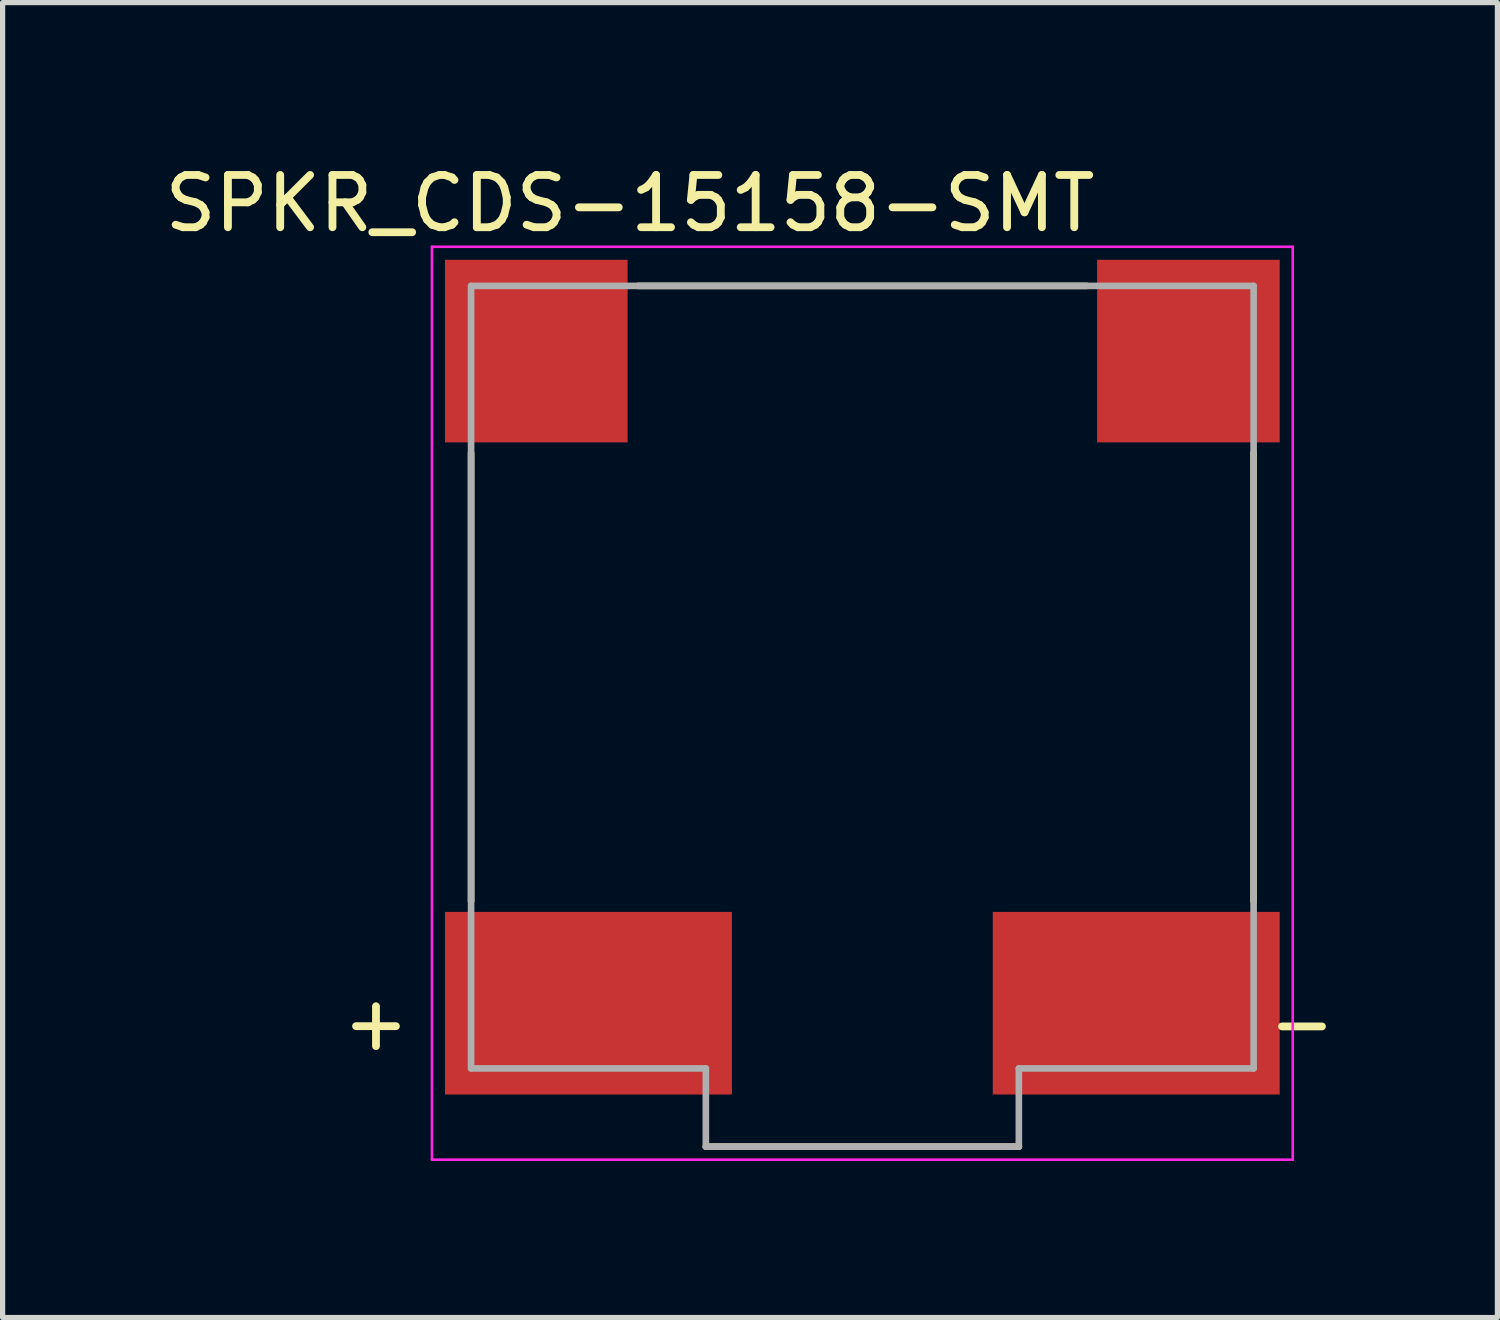
<source format=kicad_pcb>
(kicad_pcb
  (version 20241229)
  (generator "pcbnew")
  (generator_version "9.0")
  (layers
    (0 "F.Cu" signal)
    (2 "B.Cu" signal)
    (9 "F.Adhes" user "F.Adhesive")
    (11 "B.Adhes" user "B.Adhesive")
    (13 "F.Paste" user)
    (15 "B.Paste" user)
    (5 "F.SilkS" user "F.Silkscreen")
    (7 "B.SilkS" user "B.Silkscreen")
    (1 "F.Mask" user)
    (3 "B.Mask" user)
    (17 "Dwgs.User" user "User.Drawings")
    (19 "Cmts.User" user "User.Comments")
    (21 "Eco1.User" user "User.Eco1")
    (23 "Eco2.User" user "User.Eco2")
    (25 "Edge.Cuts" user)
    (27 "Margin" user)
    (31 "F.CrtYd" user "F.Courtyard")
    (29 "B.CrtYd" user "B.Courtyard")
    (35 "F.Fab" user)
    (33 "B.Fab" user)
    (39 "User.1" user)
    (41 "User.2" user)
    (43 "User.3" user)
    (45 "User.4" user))
  (footprint "SPKR_CDS-15158-SMT"
    (layer "F.Cu")
    (at 13.48 9.93)
    (property "Reference" "SPKR_CDS-15158-SMT" (at -4.455 -9.08 0) (layer "F.SilkS") (effects (font (size 1.002 1.002) (thickness 0.15))))
    (attr smd)
    (fp_line (start -7.5 4.3) (end -7.5 -4.3) (stroke (width 0.127) (type solid)) (layer "F.SilkS"))
    (fp_line (start -4.3 -7.5) (end 4.3 -7.5) (stroke (width 0.127) (type solid)) (layer "F.SilkS"))
    (fp_line (start 3 9) (end -3 9) (stroke (width 0.127) (type solid)) (layer "F.SilkS"))
    (fp_line (start 7.5 -4.3) (end 7.5 4.3) (stroke (width 0.127) (type solid)) (layer "F.SilkS"))
    (fp_line (start -8.25 -8.25) (end 8.25 -8.25) (stroke (width 0.05) (type solid)) (layer "F.CrtYd"))
    (fp_line (start -8.25 9.25) (end -8.25 -8.25) (stroke (width 0.05) (type solid)) (layer "F.CrtYd"))
    (fp_line (start 8.25 -8.25) (end 8.25 9.25) (stroke (width 0.05) (type solid)) (layer "F.CrtYd"))
    (fp_line (start 8.25 9.25) (end -8.25 9.25) (stroke (width 0.05) (type solid)) (layer "F.CrtYd"))
    (fp_line (start -7.5 -7.5) (end 7.5 -7.5) (stroke (width 0.127) (type solid)) (layer "F.Fab"))
    (fp_line (start -7.5 7.5) (end -7.5 -7.5) (stroke (width 0.127) (type solid)) (layer "F.Fab"))
    (fp_line (start -7.5 7.5) (end -3 7.5) (stroke (width 0.127) (type solid)) (layer "F.Fab"))
    (fp_line (start -3 7.5) (end -3 9) (stroke (width 0.127) (type solid)) (layer "F.Fab"))
    (fp_line (start 3 7.5) (end 3 9) (stroke (width 0.127) (type solid)) (layer "F.Fab"))
    (fp_line (start 3 9) (end -3 9) (stroke (width 0.127) (type solid)) (layer "F.Fab"))
    (fp_line (start 7.5 -7.5) (end 7.5 7.5) (stroke (width 0.127) (type solid)) (layer "F.Fab"))
    (fp_line (start 7.5 7.5) (end 3 7.5) (stroke (width 0.127) (type solid)) (layer "F.Fab"))
    (fp_text user "+" (at -9.323 6.616 0) (layer "F.SilkS") (effects (font (size 1.002 1.002) (thickness 0.15))))
    (fp_text user "-" (at 8.427 6.621 0) (layer "F.SilkS") (effects (font (size 1.003 1.003) (thickness 0.15))))
    (pad "M" smd rect (at 5.25 6.25) (size 5.5 3.5) (layers "F.Cu" "F.Mask" "F.Paste"))
    (pad "NC1" smd rect (at -6.25 -6.25) (size 3.5 3.5) (layers "F.Cu" "F.Mask" "F.Paste"))
    (pad "NC2" smd rect (at 6.25 -6.25) (size 3.5 3.5) (layers "F.Cu" "F.Mask" "F.Paste"))
    (pad "P" smd rect (at -5.25 6.25) (size 5.5 3.5) (layers "F.Cu" "F.Mask" "F.Paste")))
  (gr_rect
    (start -3 -3)
    (end 25.653 22.205)
    (stroke (width 0.1) (type default))
    (fill no)
    (layer "Edge.Cuts")))
</source>
